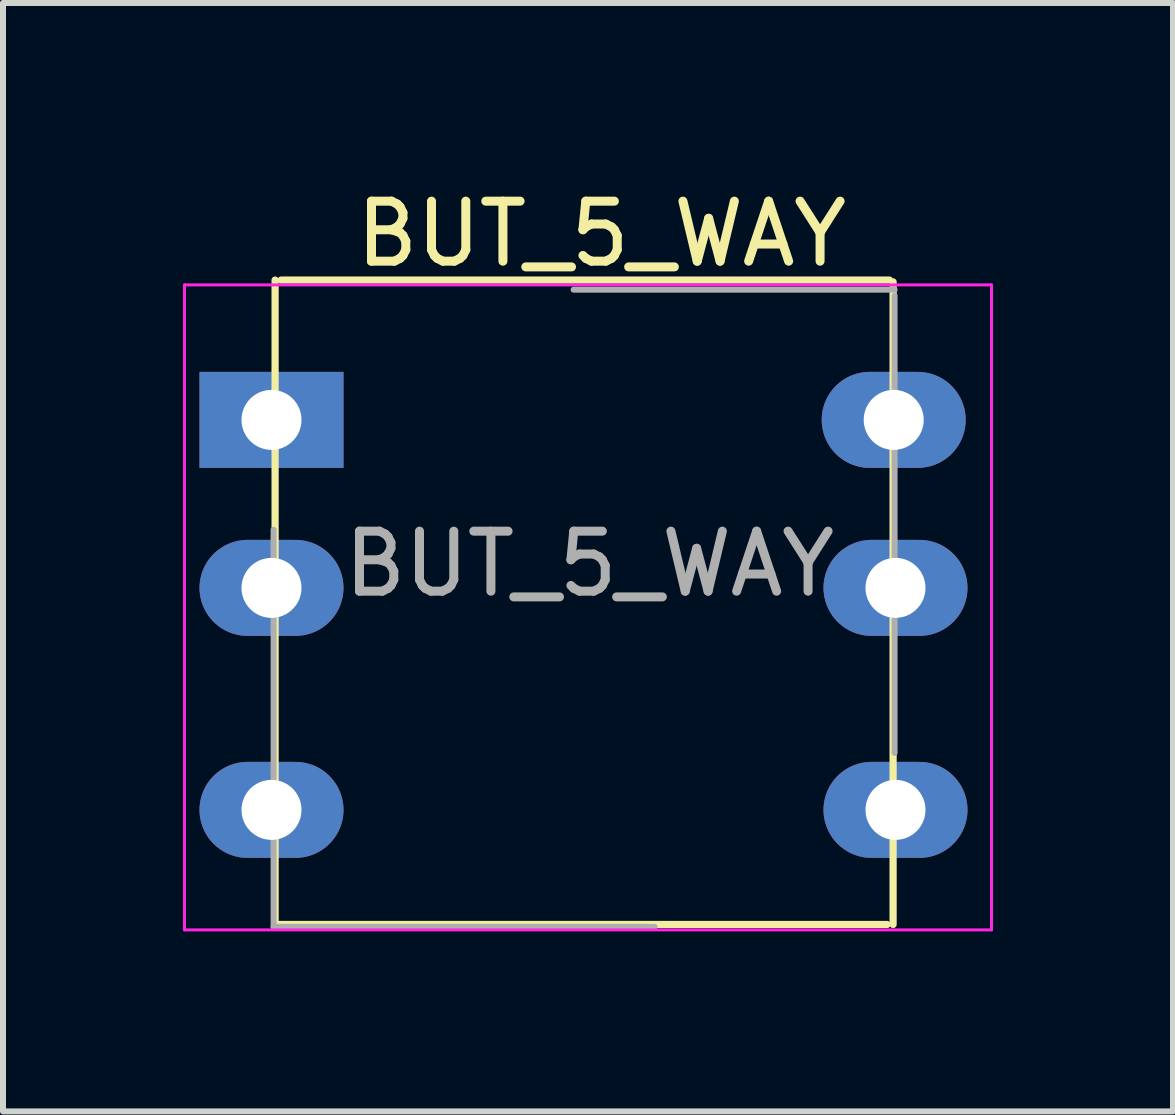
<source format=kicad_pcb>
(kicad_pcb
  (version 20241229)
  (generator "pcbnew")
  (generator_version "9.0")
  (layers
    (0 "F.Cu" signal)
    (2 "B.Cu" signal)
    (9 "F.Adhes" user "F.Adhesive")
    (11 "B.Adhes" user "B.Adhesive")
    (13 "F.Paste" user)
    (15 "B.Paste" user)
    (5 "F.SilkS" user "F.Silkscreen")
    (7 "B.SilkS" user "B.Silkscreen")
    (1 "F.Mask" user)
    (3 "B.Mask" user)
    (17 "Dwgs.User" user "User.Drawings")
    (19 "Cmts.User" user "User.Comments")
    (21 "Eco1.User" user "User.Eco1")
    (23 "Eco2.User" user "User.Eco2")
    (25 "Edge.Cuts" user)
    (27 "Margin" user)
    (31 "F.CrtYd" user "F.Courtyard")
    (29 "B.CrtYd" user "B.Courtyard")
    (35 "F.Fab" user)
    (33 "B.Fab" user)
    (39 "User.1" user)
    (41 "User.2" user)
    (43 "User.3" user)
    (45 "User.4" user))
  (footprint "BUT_5_WAY"
    (layer "F.Cu")
    (at 1.475 3.948)
    (property "Reference" "BUT_5_WAY" (at 5.5 -3.1 0) (layer "F.SilkS") (effects (font (size 1 1) (thickness 0.15))))
    (attr through_hole)
    (fp_line (start 0.06 -2.33) (end 0.06 8.4) (stroke (width 0.12) (type solid)) (layer "F.SilkS"))
    (fp_line (start 0.1 8.41) (end 10.26 8.41) (stroke (width 0.12) (type solid)) (layer "F.SilkS"))
    (fp_line (start 10.3 -2.33) (end 0.16 -2.33) (stroke (width 0.12) (type solid)) (layer "F.SilkS"))
    (fp_line (start 10.36 8.41) (end 10.36 -2.3) (stroke (width 0.12) (type solid)) (layer "F.SilkS"))
    (fp_line (start -1.45 -2.25) (end -1.45 8.5) (stroke (width 0.05) (type solid)) (layer "F.CrtYd"))
    (fp_line (start -1.45 8.5) (end 12 8.5) (stroke (width 0.05) (type solid)) (layer "F.CrtYd"))
    (fp_line (start 12 -2.25) (end -1.45 -2.25) (stroke (width 0.05) (type solid)) (layer "F.CrtYd"))
    (fp_line (start 12 8.5) (end 12 -2.25) (stroke (width 0.05) (type solid)) (layer "F.CrtYd"))
    (fp_line (start 0.035 8.45) (end 0.035 1.83) (stroke (width 0.1) (type solid)) (layer "F.Fab"))
    (fp_line (start 5.035 -2.17) (end 10.385 -2.17) (stroke (width 0.1) (type solid)) (layer "F.Fab"))
    (fp_line (start 6.385 8.45) (end 0.035 8.45) (stroke (width 0.1) (type solid)) (layer "F.Fab"))
    (fp_line (start 10.385 -2.07) (end 10.385 5.55) (stroke (width 0.1) (type solid)) (layer "F.Fab"))
    (fp_text user "${REFERENCE}" (at 5.3 2.4 0) (layer "F.Fab") (effects (font (size 1 1) (thickness 0.15))))
    (pad "1" thru_hole rect (at 0 0) (size 2.4 1.6) (drill 1) (layers "*.Cu" "*.Mask"))
    (pad "2" thru_hole oval (at 0 2.8) (size 2.4 1.6) (drill 1) (layers "*.Cu" "*.Mask"))
    (pad "3" thru_hole oval (at 0 6.5) (size 2.4 1.6) (drill 1) (layers "*.Cu" "*.Mask"))
    (pad "4" thru_hole oval (at 10.37 0) (size 2.4 1.6) (drill 1) (layers "*.Cu" "*.Mask"))
    (pad "5" thru_hole oval (at 10.4 2.8) (size 2.4 1.6) (drill 1) (layers "*.Cu" "*.Mask"))
    (pad "6" thru_hole oval (at 10.4 6.5) (size 2.4 1.6) (drill 1) (layers "*.Cu" "*.Mask")))
  (gr_rect
    (start -3 -3)
    (end 16.5 15.473)
    (stroke (width 0.1) (type default))
    (fill no)
    (layer "Edge.Cuts")))
</source>
